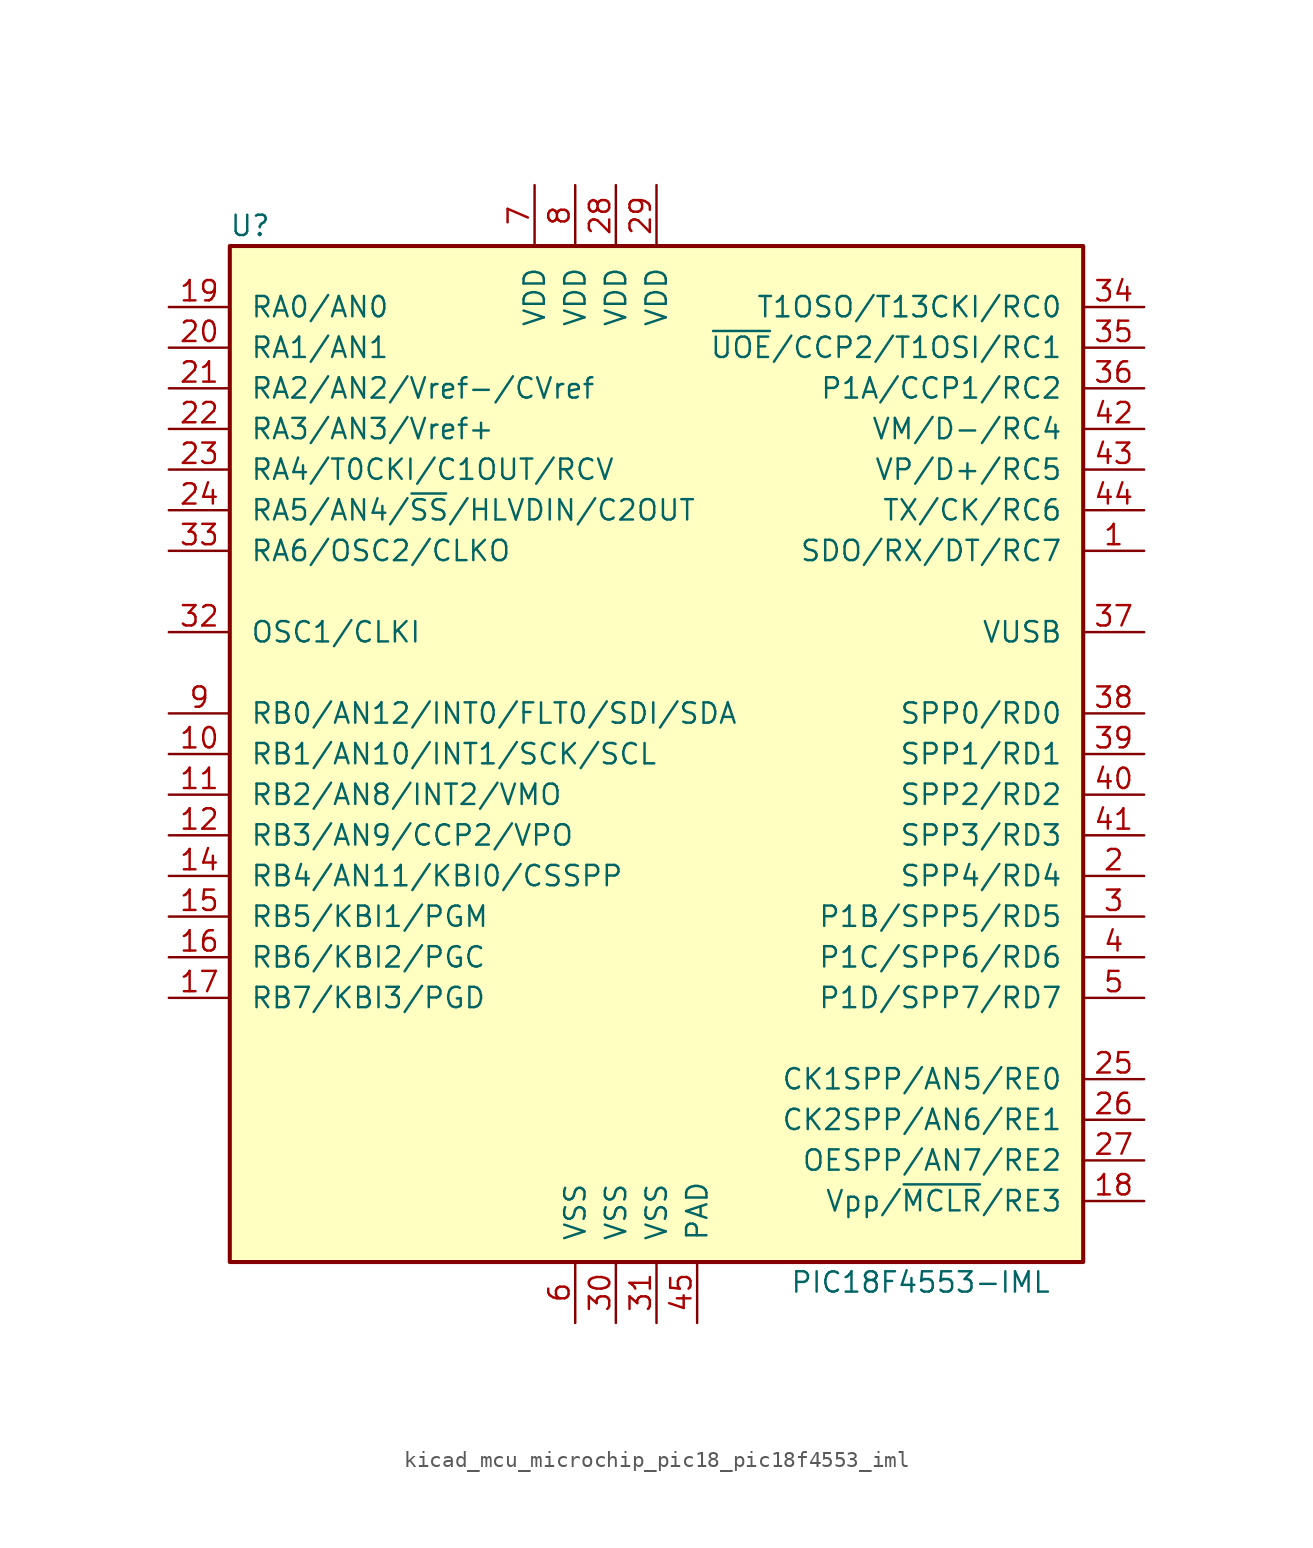
<source format=kicad_sym>
(kicad_symbol_lib
  (version 20220914)
  (generator kicad_symbol_editor)
  (symbol "kicad_mcu_microchip_pic18_pic18f4553_iml"
    (pin_names
      (offset 1.27))
    (property "Reference" "U"
      (at -25.4 33.02 0)
      (effects (font (size 1.27 1.27))))
    (property "Value" "PIC18F4553-IML"
      (at 16.51 -33.02 0)
      (effects (font (size 1.27 1.27))))
    (symbol "kicad_mcu_microchip_pic18_pic18f4553_iml_0_1"
      (rectangle (start -26.67 31.75) (end 26.67 -31.75) (stroke (width 0.254) (type default)) (fill (type background))))
    (symbol "kicad_mcu_microchip_pic18_pic18f4553_iml_1_1"
      (pin bidirectional line (at 30.48 12.7 180) (length 3.81) (name "SDO/RX/DT/RC7" (effects (font (size 1.27 1.27)))) (number "1" (effects (font (size 1.27 1.27)))))
      (pin bidirectional line (at -30.48 0 0) (length 3.81) (name "RB1/AN10/INT1/SCK/SCL" (effects (font (size 1.27 1.27)))) (number "10" (effects (font (size 1.27 1.27)))))
      (pin bidirectional line (at -30.48 -2.54 0) (length 3.81) (name "RB2/AN8/INT2/VMO" (effects (font (size 1.27 1.27)))) (number "11" (effects (font (size 1.27 1.27)))))
      (pin bidirectional line (at -30.48 -5.08 0) (length 3.81) (name "RB3/AN9/CCP2/VPO" (effects (font (size 1.27 1.27)))) (number "12" (effects (font (size 1.27 1.27)))))
      (pin no_connect line (at -26.67 -27.94 0) (length 3.81) hide (name "NC" (effects (font (size 1.27 1.27)))) (number "13" (effects (font (size 1.27 1.27)))))
      (pin bidirectional line (at -30.48 -7.62 0) (length 3.81) (name "RB4/AN11/KBI0/CSSPP" (effects (font (size 1.27 1.27)))) (number "14" (effects (font (size 1.27 1.27)))))
      (pin bidirectional line (at -30.48 -10.16 0) (length 3.81) (name "RB5/KBI1/PGM" (effects (font (size 1.27 1.27)))) (number "15" (effects (font (size 1.27 1.27)))))
      (pin bidirectional line (at -30.48 -12.7 0) (length 3.81) (name "RB6/KBI2/PGC" (effects (font (size 1.27 1.27)))) (number "16" (effects (font (size 1.27 1.27)))))
      (pin bidirectional line (at -30.48 -15.24 0) (length 3.81) (name "RB7/KBI3/PGD" (effects (font (size 1.27 1.27)))) (number "17" (effects (font (size 1.27 1.27)))))
      (pin input line (at 30.48 -27.94 180) (length 3.81) (name "Vpp/~{MCLR}/RE3" (effects (font (size 1.27 1.27)))) (number "18" (effects (font (size 1.27 1.27)))))
      (pin bidirectional line (at -30.48 27.94 0) (length 3.81) (name "RA0/AN0" (effects (font (size 1.27 1.27)))) (number "19" (effects (font (size 1.27 1.27)))))
      (pin bidirectional line (at 30.48 -7.62 180) (length 3.81) (name "SPP4/RD4" (effects (font (size 1.27 1.27)))) (number "2" (effects (font (size 1.27 1.27)))))
      (pin bidirectional line (at -30.48 25.4 0) (length 3.81) (name "RA1/AN1" (effects (font (size 1.27 1.27)))) (number "20" (effects (font (size 1.27 1.27)))))
      (pin bidirectional line (at -30.48 22.86 0) (length 3.81) (name "RA2/AN2/Vref-/CVref" (effects (font (size 1.27 1.27)))) (number "21" (effects (font (size 1.27 1.27)))))
      (pin bidirectional line (at -30.48 20.32 0) (length 3.81) (name "RA3/AN3/Vref+" (effects (font (size 1.27 1.27)))) (number "22" (effects (font (size 1.27 1.27)))))
      (pin bidirectional line (at -30.48 17.78 0) (length 3.81) (name "RA4/T0CKI/C1OUT/RCV" (effects (font (size 1.27 1.27)))) (number "23" (effects (font (size 1.27 1.27)))))
      (pin bidirectional line (at -30.48 15.24 0) (length 3.81) (name "RA5/AN4/~{SS}/HLVDIN/C2OUT" (effects (font (size 1.27 1.27)))) (number "24" (effects (font (size 1.27 1.27)))))
      (pin bidirectional line (at 30.48 -20.32 180) (length 3.81) (name "CK1SPP/AN5/RE0" (effects (font (size 1.27 1.27)))) (number "25" (effects (font (size 1.27 1.27)))))
      (pin bidirectional line (at 30.48 -22.86 180) (length 3.81) (name "CK2SPP/AN6/RE1" (effects (font (size 1.27 1.27)))) (number "26" (effects (font (size 1.27 1.27)))))
      (pin bidirectional line (at 30.48 -25.4 180) (length 3.81) (name "OESPP/AN7/RE2" (effects (font (size 1.27 1.27)))) (number "27" (effects (font (size 1.27 1.27)))))
      (pin power_in line (at -2.54 35.56 270) (length 3.81) (name "VDD" (effects (font (size 1.27 1.27)))) (number "28" (effects (font (size 1.27 1.27)))))
      (pin power_in line (at 0 35.56 270) (length 3.81) (name "VDD" (effects (font (size 1.27 1.27)))) (number "29" (effects (font (size 1.27 1.27)))))
      (pin bidirectional line (at 30.48 -10.16 180) (length 3.81) (name "P1B/SPP5/RD5" (effects (font (size 1.27 1.27)))) (number "3" (effects (font (size 1.27 1.27)))))
      (pin power_in line (at -2.54 -35.56 90) (length 3.81) (name "VSS" (effects (font (size 1.27 1.27)))) (number "30" (effects (font (size 1.27 1.27)))))
      (pin power_in line (at 0 -35.56 90) (length 3.81) (name "VSS" (effects (font (size 1.27 1.27)))) (number "31" (effects (font (size 1.27 1.27)))))
      (pin input line (at -30.48 7.62 0) (length 3.81) (name "OSC1/CLKI" (effects (font (size 1.27 1.27)))) (number "32" (effects (font (size 1.27 1.27)))))
      (pin bidirectional line (at -30.48 12.7 0) (length 3.81) (name "RA6/OSC2/CLKO" (effects (font (size 1.27 1.27)))) (number "33" (effects (font (size 1.27 1.27)))))
      (pin bidirectional line (at 30.48 27.94 180) (length 3.81) (name "T1OSO/T13CKI/RC0" (effects (font (size 1.27 1.27)))) (number "34" (effects (font (size 1.27 1.27)))))
      (pin bidirectional line (at 30.48 25.4 180) (length 3.81) (name "~{UOE}/CCP2/T1OSI/RC1" (effects (font (size 1.27 1.27)))) (number "35" (effects (font (size 1.27 1.27)))))
      (pin bidirectional line (at 30.48 22.86 180) (length 3.81) (name "P1A/CCP1/RC2" (effects (font (size 1.27 1.27)))) (number "36" (effects (font (size 1.27 1.27)))))
      (pin bidirectional line (at 30.48 7.62 180) (length 3.81) (name "VUSB" (effects (font (size 1.27 1.27)))) (number "37" (effects (font (size 1.27 1.27)))))
      (pin bidirectional line (at 30.48 2.54 180) (length 3.81) (name "SPP0/RD0" (effects (font (size 1.27 1.27)))) (number "38" (effects (font (size 1.27 1.27)))))
      (pin bidirectional line (at 30.48 0 180) (length 3.81) (name "SPP1/RD1" (effects (font (size 1.27 1.27)))) (number "39" (effects (font (size 1.27 1.27)))))
      (pin bidirectional line (at 30.48 -12.7 180) (length 3.81) (name "P1C/SPP6/RD6" (effects (font (size 1.27 1.27)))) (number "4" (effects (font (size 1.27 1.27)))))
      (pin bidirectional line (at 30.48 -2.54 180) (length 3.81) (name "SPP2/RD2" (effects (font (size 1.27 1.27)))) (number "40" (effects (font (size 1.27 1.27)))))
      (pin bidirectional line (at 30.48 -5.08 180) (length 3.81) (name "SPP3/RD3" (effects (font (size 1.27 1.27)))) (number "41" (effects (font (size 1.27 1.27)))))
      (pin bidirectional line (at 30.48 20.32 180) (length 3.81) (name "VM/D-/RC4" (effects (font (size 1.27 1.27)))) (number "42" (effects (font (size 1.27 1.27)))))
      (pin bidirectional line (at 30.48 17.78 180) (length 3.81) (name "VP/D+/RC5" (effects (font (size 1.27 1.27)))) (number "43" (effects (font (size 1.27 1.27)))))
      (pin bidirectional line (at 30.48 15.24 180) (length 3.81) (name "TX/CK/RC6" (effects (font (size 1.27 1.27)))) (number "44" (effects (font (size 1.27 1.27)))))
      (pin power_in line (at 2.54 -35.56 90) (length 3.81) (name "PAD" (effects (font (size 1.27 1.27)))) (number "45" (effects (font (size 1.27 1.27)))))
      (pin bidirectional line (at 30.48 -15.24 180) (length 3.81) (name "P1D/SPP7/RD7" (effects (font (size 1.27 1.27)))) (number "5" (effects (font (size 1.27 1.27)))))
      (pin power_in line (at -5.08 -35.56 90) (length 3.81) (name "VSS" (effects (font (size 1.27 1.27)))) (number "6" (effects (font (size 1.27 1.27)))))
      (pin power_in line (at -7.62 35.56 270) (length 3.81) (name "VDD" (effects (font (size 1.27 1.27)))) (number "7" (effects (font (size 1.27 1.27)))))
      (pin power_in line (at -5.08 35.56 270) (length 3.81) (name "VDD" (effects (font (size 1.27 1.27)))) (number "8" (effects (font (size 1.27 1.27)))))
      (pin bidirectional line (at -30.48 2.54 0) (length 3.81) (name "RB0/AN12/INT0/FLT0/SDI/SDA" (effects (font (size 1.27 1.27)))) (number "9" (effects (font (size 1.27 1.27))))))))
</source>
